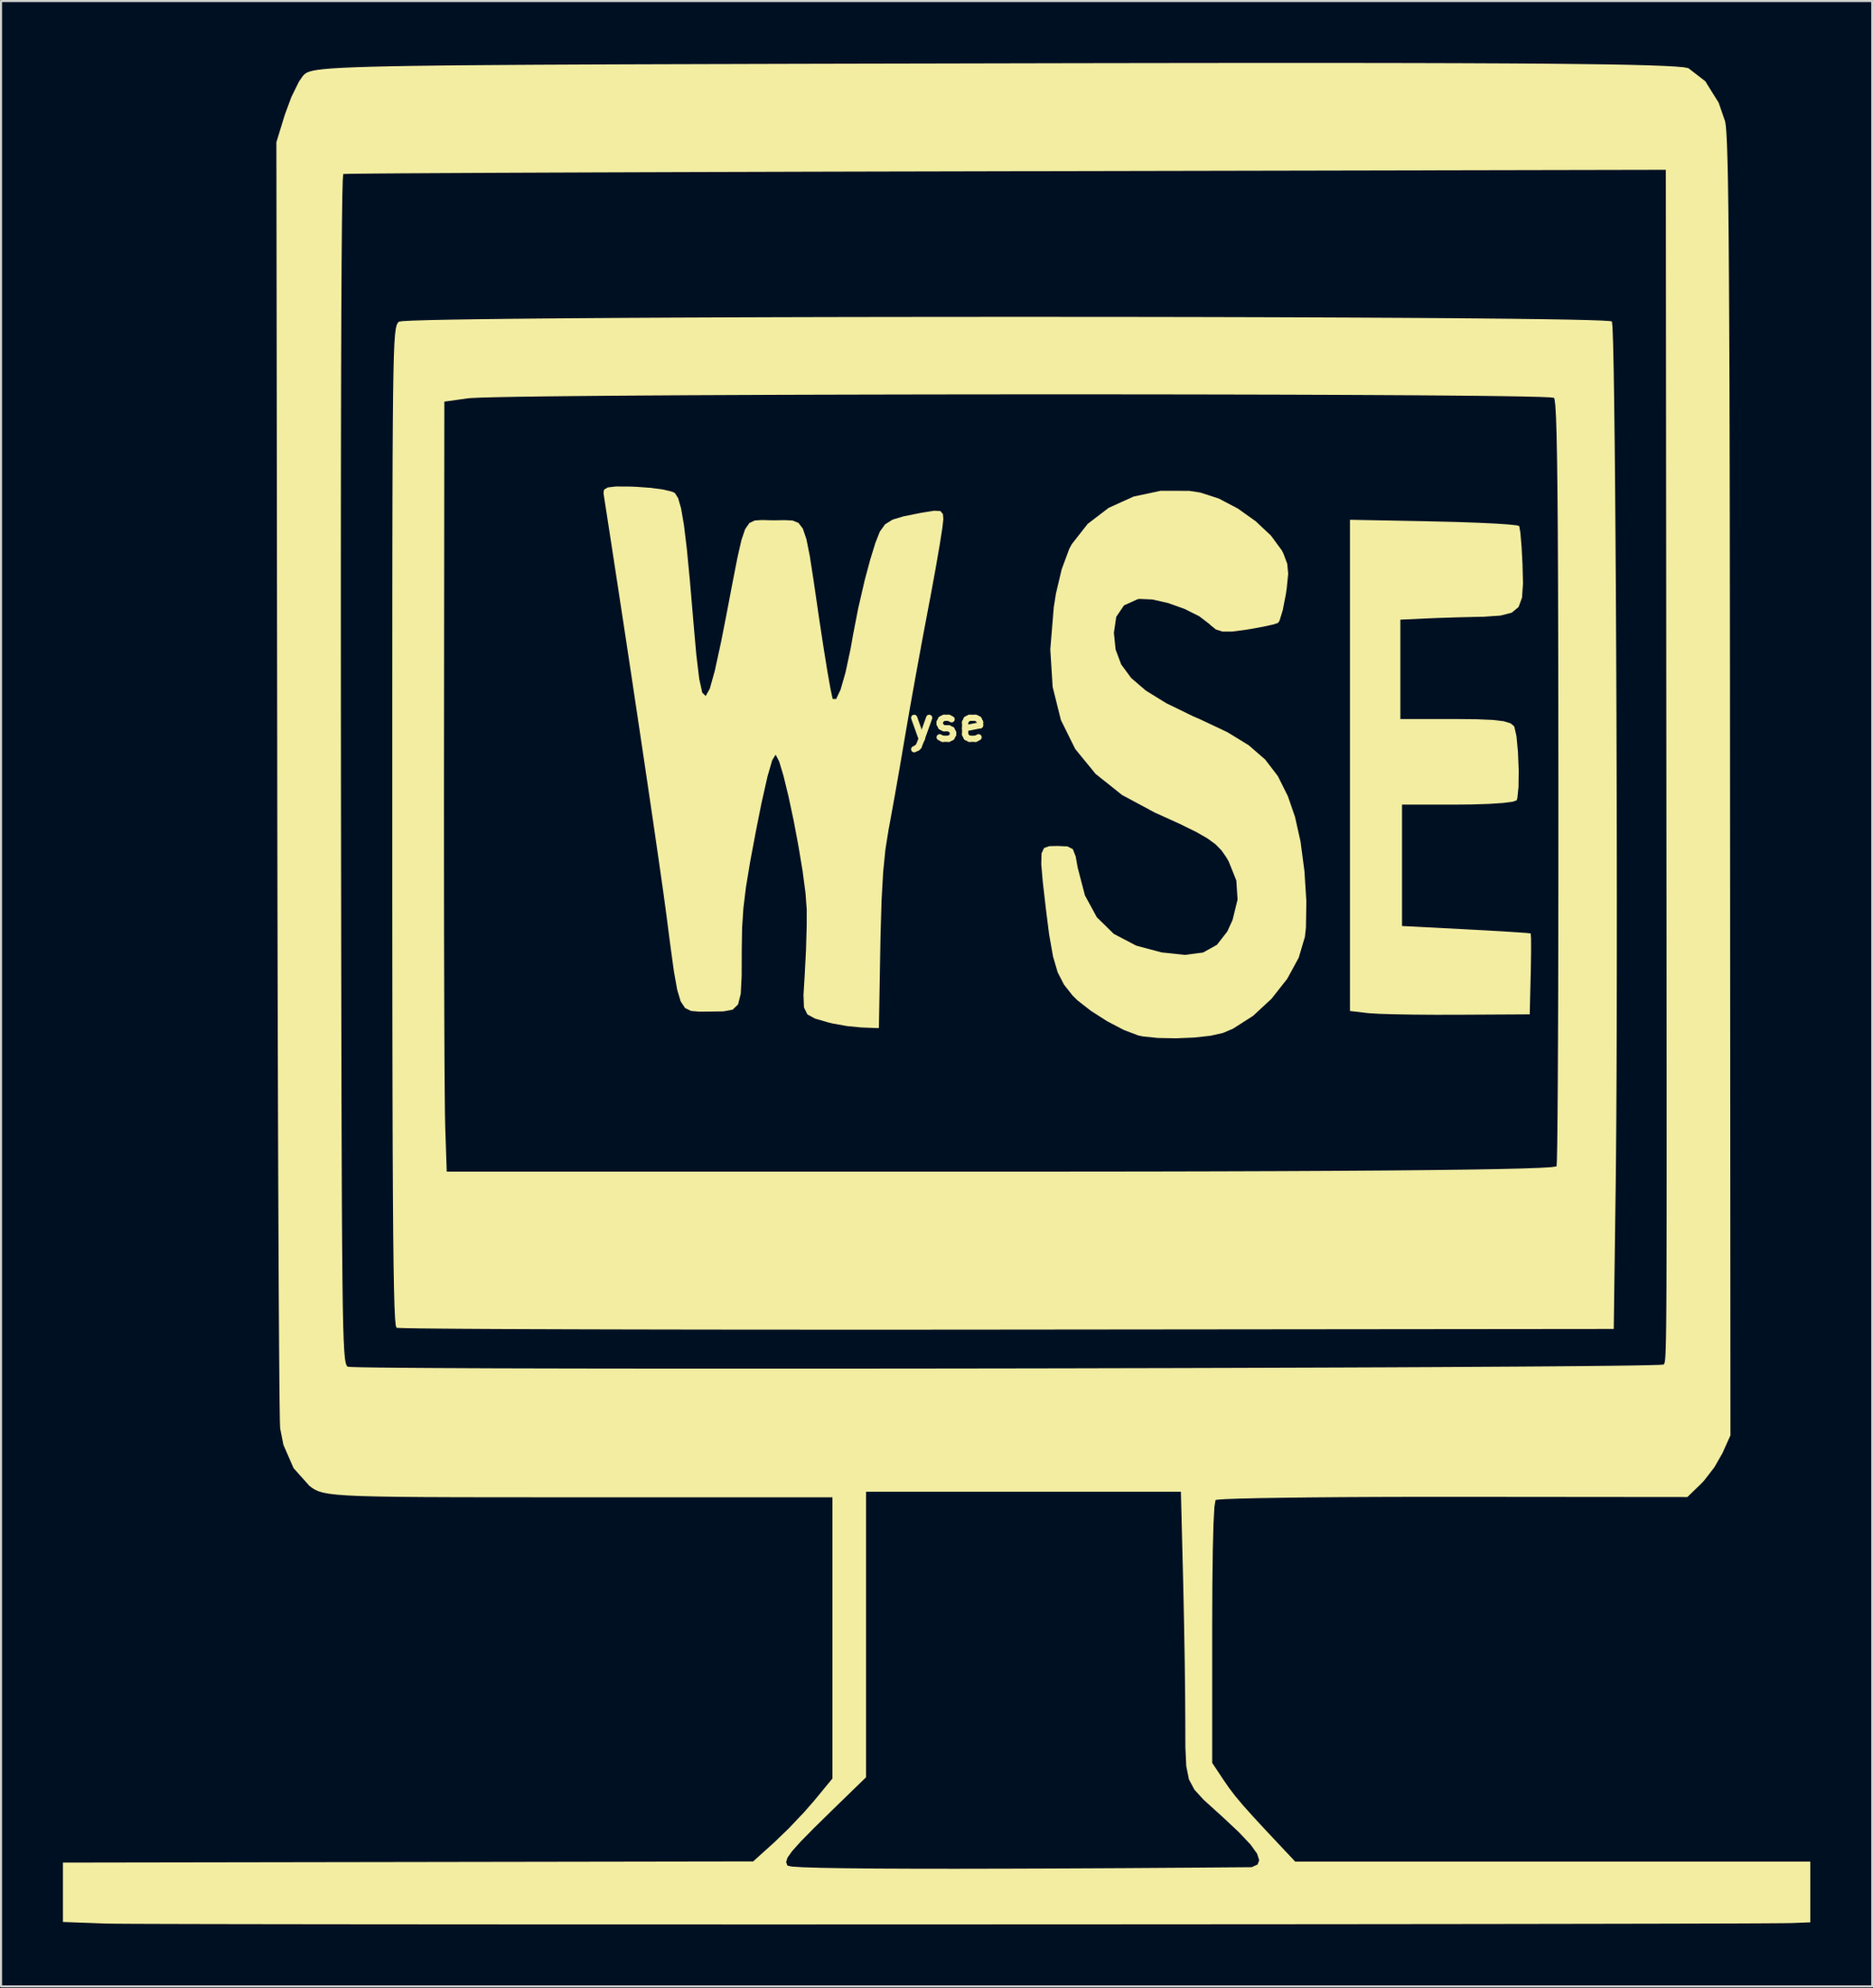
<source format=kicad_pcb>
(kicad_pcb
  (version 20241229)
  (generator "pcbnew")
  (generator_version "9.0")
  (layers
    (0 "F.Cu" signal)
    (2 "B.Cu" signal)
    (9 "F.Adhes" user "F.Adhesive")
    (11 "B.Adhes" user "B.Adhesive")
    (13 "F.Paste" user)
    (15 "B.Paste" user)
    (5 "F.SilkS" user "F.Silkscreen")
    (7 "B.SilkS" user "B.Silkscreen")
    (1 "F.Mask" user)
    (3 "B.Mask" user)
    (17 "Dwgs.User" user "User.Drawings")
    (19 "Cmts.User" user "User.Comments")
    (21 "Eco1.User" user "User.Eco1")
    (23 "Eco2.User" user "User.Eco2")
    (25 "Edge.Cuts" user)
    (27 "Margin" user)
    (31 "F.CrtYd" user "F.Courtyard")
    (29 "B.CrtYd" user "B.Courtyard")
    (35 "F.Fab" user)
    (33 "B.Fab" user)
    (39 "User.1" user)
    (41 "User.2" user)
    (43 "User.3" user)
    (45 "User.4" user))
  (footprint "Wyse"
    (layer "F.Cu")
    (at 42.008 32.046)
    (property "Reference" "Wyse" (at 0 0 0) (layer "F.SilkS") (effects (font (size 1.524 1.524) (thickness 0.3))))
    (attr board_only exclude_from_pos_files exclude_from_bom)
    (fp_poly (pts (xy 24.41 -9.839) (xy 25.526 -9.811) (xy 26.532 -9.776) (xy 27.383 -9.736) (xy 28.033 -9.692) (xy 28.438 -9.649) (xy 28.554 -9.615) (xy 28.61 -9.293) (xy 28.669 -8.596) (xy 28.712 -7.799) (xy 28.737 -6.834) (xy 28.69 -6.148) (xy 28.523 -5.693) (xy 28.192 -5.419) (xy 27.652 -5.279) (xy 26.857 -5.223) (xy 26.296 -5.21) (xy 25.493 -5.191) (xy 24.593 -5.161) (xy 23.975 -5.136) (xy 22.795 -5.08) (xy 22.795 -0.267) (xy 25.461 -0.267) (xy 26.513 -0.257) (xy 27.281 -0.223) (xy 27.807 -0.159) (xy 28.133 -0.061) (xy 28.301 0.078) (xy 28.316 0.104) (xy 28.42 0.558) (xy 28.493 1.324) (xy 28.529 2.21) (xy 28.52 3.025) (xy 28.462 3.575) (xy 28.427 3.674) (xy 28.231 3.741) (xy 27.765 3.799) (xy 27.087 3.844) (xy 26.254 3.871) (xy 25.59 3.877) (xy 22.876 3.877) (xy 22.876 9.759) (xy 25.97 9.919) (xy 26.937 9.971) (xy 27.786 10.02) (xy 28.465 10.064) (xy 28.923 10.097) (xy 29.11 10.119) (xy 29.111 10.12) (xy 29.128 10.385) (xy 29.129 11.049) (xy 29.114 11.973) (xy 29.111 12.098) (xy 29.063 14.037) (xy 25.563 14.057) (xy 24.467 14.058) (xy 23.428 14.05) (xy 22.508 14.034) (xy 21.771 14.012) (xy 21.281 13.983) (xy 21.207 13.976) (xy 20.353 13.875) (xy 20.353 -9.919)) (stroke (width 0) (type solid)) (fill yes) (layer "F.SilkS"))
    (fp_poly (pts (xy 12.564 -11.32) (xy 13.102 -11.237) (xy 13.996 -10.948) (xy 14.921 -10.462) (xy 15.794 -9.84) (xy 16.531 -9.145) (xy 17.05 -8.438) (xy 17.134 -8.27) (xy 17.313 -7.787) (xy 17.36 -7.302) (xy 17.289 -6.597) (xy 17.246 -6.309) (xy 17.098 -5.546) (xy 16.941 -5.032) (xy 16.87 -4.922) (xy 16.632 -4.845) (xy 16.159 -4.741) (xy 15.541 -4.629) (xy 15.342 -4.596) (xy 14.643 -4.504) (xy 14.178 -4.502) (xy 13.855 -4.605) (xy 13.586 -4.824) (xy 13.551 -4.862) (xy 13.053 -5.243) (xy 12.347 -5.597) (xy 11.551 -5.882) (xy 10.781 -6.058) (xy 10.156 -6.085) (xy 10.058 -6.068) (xy 9.404 -5.771) (xy 9.028 -5.216) (xy 8.914 -4.44) (xy 8.998 -3.631) (xy 9.268 -2.912) (xy 9.749 -2.257) (xy 10.468 -1.64) (xy 11.452 -1.034) (xy 12.727 -0.412) (xy 13.119 -0.241) (xy 14.421 0.374) (xy 15.447 1.003) (xy 16.244 1.695) (xy 16.86 2.498) (xy 17.342 3.464) (xy 17.69 4.47) (xy 17.958 5.667) (xy 18.147 7.099) (xy 18.24 8.557) (xy 18.22 9.832) (xy 18.171 10.279) (xy 17.87 11.295) (xy 17.309 12.322) (xy 16.55 13.285) (xy 15.655 14.113) (xy 14.686 14.732) (xy 14.198 14.939) (xy 13.603 15.074) (xy 12.801 15.162) (xy 11.909 15.199) (xy 11.044 15.182) (xy 10.323 15.108) (xy 10.095 15.06) (xy 9.402 14.797) (xy 8.597 14.377) (xy 7.805 13.872) (xy 7.148 13.359) (xy 6.911 13.125) (xy 6.494 12.594) (xy 6.191 12.004) (xy 5.964 11.232) (xy 5.775 10.155) (xy 5.619 8.925) (xy 5.469 7.623) (xy 5.394 6.758) (xy 5.409 6.24) (xy 5.53 5.981) (xy 5.775 5.892) (xy 6.159 5.882) (xy 6.181 5.882) (xy 6.664 5.902) (xy 6.924 6.035) (xy 7.063 6.391) (xy 7.162 6.939) (xy 7.511 8.274) (xy 8.086 9.333) (xy 8.907 10.138) (xy 9.992 10.708) (xy 11.222 11.037) (xy 12.356 11.158) (xy 13.237 11.042) (xy 13.908 10.669) (xy 14.413 10.019) (xy 14.664 9.465) (xy 14.907 8.479) (xy 14.847 7.557) (xy 14.475 6.626) (xy 14.358 6.425) (xy 14.127 6.095) (xy 13.838 5.8) (xy 13.439 5.51) (xy 12.882 5.192) (xy 12.115 4.817) (xy 11.09 4.351) (xy 10.909 4.271) (xy 9.315 3.416) (xy 8.026 2.389) (xy 7.039 1.182) (xy 6.347 -0.218) (xy 5.947 -1.822) (xy 5.833 -3.639) (xy 6.001 -5.681) (xy 6.106 -6.344) (xy 6.385 -7.522) (xy 6.752 -8.508) (xy 6.87 -8.733) (xy 7.646 -9.722) (xy 8.665 -10.499) (xy 9.866 -11.042) (xy 11.186 -11.324)) (stroke (width 0) (type solid)) (fill yes) (layer "F.SilkS"))
    (fp_poly (pts (xy -14.59 -11.529) (xy -14.25 -11.516) (xy -13.529 -11.465) (xy -12.912 -11.381) (xy -12.485 -11.277) (xy -12.354 -11.212) (xy -12.199 -10.963) (xy -12.057 -10.468) (xy -11.919 -9.668) (xy -11.778 -8.504) (xy -11.625 -6.918) (xy -11.469 -5.08) (xy -11.32 -3.392) (xy -11.178 -2.212) (xy -11.031 -1.542) (xy -10.864 -1.383) (xy -10.666 -1.737) (xy -10.423 -2.605) (xy -10.122 -3.989) (xy -9.87 -5.266) (xy -9.558 -6.903) (xy -9.323 -8.104) (xy -9.132 -8.936) (xy -8.953 -9.465) (xy -8.75 -9.759) (xy -8.491 -9.884) (xy -8.142 -9.907) (xy -7.671 -9.894) (xy -7.547 -9.893) (xy -7.032 -9.901) (xy -6.649 -9.882) (xy -6.367 -9.767) (xy -6.156 -9.488) (xy -5.984 -8.978) (xy -5.822 -8.169) (xy -5.639 -6.994) (xy -5.404 -5.384) (xy -5.352 -5.03) (xy -5.151 -3.711) (xy -4.968 -2.579) (xy -4.819 -1.736) (xy -4.723 -1.283) (xy -4.708 -1.241) (xy -4.544 -1.237) (xy -4.331 -1.685) (xy -4.091 -2.517) (xy -3.845 -3.663) (xy -3.729 -4.318) (xy -3.479 -5.612) (xy -3.157 -7.004) (xy -2.882 -8.021) (xy -2.64 -8.806) (xy -2.427 -9.345) (xy -2.173 -9.698) (xy -1.811 -9.925) (xy -1.273 -10.087) (xy -0.491 -10.242) (xy -0.331 -10.271) (xy 0.213 -10.357) (xy 0.509 -10.34) (xy 0.63 -10.196) (xy 0.651 -9.955) (xy 0.604 -9.53) (xy 0.474 -8.702) (xy 0.279 -7.576) (xy 0.038 -6.259) (xy -0.063 -5.73) (xy -0.369 -4.105) (xy -0.686 -2.379) (xy -0.978 -0.749) (xy -1.208 0.585) (xy -1.222 0.668) (xy -1.455 2.036) (xy -1.701 3.438) (xy -1.92 4.65) (xy -2.001 5.08) (xy -2.155 6.043) (xy -2.266 7.151) (xy -2.343 8.524) (xy -2.394 10.283) (xy -2.403 10.762) (xy -2.472 14.705) (xy -3.312 14.674) (xy -4.006 14.607) (xy -4.731 14.477) (xy -4.942 14.425) (xy -5.57 14.242) (xy -5.937 14.041) (xy -6.103 13.701) (xy -6.126 13.099) (xy -6.066 12.114) (xy -6.066 12.107) (xy -6.004 10.919) (xy -5.97 9.712) (xy -5.969 8.957) (xy -6.029 8.154) (xy -6.169 7.097) (xy -6.368 5.894) (xy -6.602 4.653) (xy -6.852 3.482) (xy -7.093 2.49) (xy -7.305 1.785) (xy -7.466 1.476) (xy -7.484 1.471) (xy -7.642 1.729) (xy -7.867 2.504) (xy -8.159 3.8) (xy -8.416 5.08) (xy -8.714 6.667) (xy -8.916 7.897) (xy -9.039 8.911) (xy -9.1 9.852) (xy -9.117 10.865) (xy -9.117 10.873) (xy -9.122 12.181) (xy -9.166 13.045) (xy -9.296 13.558) (xy -9.559 13.811) (xy -10.002 13.895) (xy -10.662 13.903) (xy -11.188 13.907) (xy -11.578 13.873) (xy -11.864 13.731) (xy -12.076 13.413) (xy -12.245 12.849) (xy -12.402 11.97) (xy -12.576 10.706) (xy -12.786 9.091) (xy -12.926 8.067) (xy -13.135 6.603) (xy -13.4 4.776) (xy -13.712 2.662) (xy -14.057 0.341) (xy -14.425 -2.112) (xy -14.804 -4.619) (xy -15.183 -7.102) (xy -15.549 -9.484) (xy -15.816 -11.206) (xy -15.789 -11.379) (xy -15.61 -11.484) (xy -15.227 -11.53)) (stroke (width 0) (type solid)) (fill yes) (layer "F.SilkS"))
    (fp_poly (pts (xy 8.169 -19.746) (xy 10.806 -19.743) (xy 13.39 -19.738) (xy 15.901 -19.731) (xy 18.318 -19.722) (xy 20.621 -19.712) (xy 22.792 -19.7) (xy 24.809 -19.687) (xy 26.653 -19.671) (xy 28.303 -19.654) (xy 29.741 -19.635) (xy 30.946 -19.615) (xy 31.897 -19.592) (xy 32.576 -19.568) (xy 32.962 -19.542) (xy 33.046 -19.525) (xy 33.075 -19.235) (xy 33.103 -18.459) (xy 33.13 -17.244) (xy 33.155 -15.638) (xy 33.179 -13.688) (xy 33.201 -11.443) (xy 33.22 -8.95) (xy 33.238 -6.258) (xy 33.253 -3.414) (xy 33.265 -0.465) (xy 33.274 2.539) (xy 33.281 5.552) (xy 33.284 8.525) (xy 33.283 11.41) (xy 33.279 14.16) (xy 33.271 16.727) (xy 33.259 19.063) (xy 33.242 21.121) (xy 33.227 22.459) (xy 33.134 29.277) (xy 3.745 29.308) (xy 0.674 29.311) (xy -2.311 29.312) (xy -5.192 29.312) (xy -7.954 29.31) (xy -10.58 29.308) (xy -13.055 29.304) (xy -15.361 29.299) (xy -17.482 29.293) (xy -19.401 29.286) (xy -21.103 29.279) (xy -22.572 29.27) (xy -23.79 29.26) (xy -24.741 29.25) (xy -25.409 29.238) (xy -25.777 29.226) (xy -25.848 29.219) (xy -25.884 29.096) (xy -25.916 28.754) (xy -25.944 28.166) (xy -25.968 27.305) (xy -25.989 26.142) (xy -26.006 24.652) (xy -26.02 22.805) (xy -26.031 20.575) (xy -26.039 17.935) (xy -26.045 14.856) (xy -26.049 11.312) (xy -26.051 7.276) (xy -26.051 4.933) (xy -26.051 3.792) (xy -23.546 3.792) (xy -23.545 6.679) (xy -23.543 9.409) (xy -23.537 11.928) (xy -23.53 14.182) (xy -23.522 16.116) (xy -23.511 17.677) (xy -23.499 18.81) (xy -23.486 19.451) (xy -23.412 21.657) (xy 3.427 21.657) (xy 7.237 21.655) (xy 10.772 21.651) (xy 14.029 21.643) (xy 17.003 21.632) (xy 19.69 21.618) (xy 22.087 21.601) (xy 24.187 21.581) (xy 25.989 21.558) (xy 27.486 21.533) (xy 28.676 21.504) (xy 29.553 21.473) (xy 30.114 21.439) (xy 30.355 21.402) (xy 30.364 21.395) (xy 30.38 21.09) (xy 30.396 20.294) (xy 30.41 19.052) (xy 30.422 17.406) (xy 30.432 15.402) (xy 30.441 13.084) (xy 30.447 10.495) (xy 30.451 7.679) (xy 30.452 4.68) (xy 30.452 2.758) (xy 30.448 -1.002) (xy 30.442 -4.258) (xy 30.434 -7.039) (xy 30.422 -9.376) (xy 30.407 -11.299) (xy 30.387 -12.837) (xy 30.364 -14.022) (xy 30.337 -14.884) (xy 30.304 -15.452) (xy 30.266 -15.756) (xy 30.241 -15.825) (xy 30.059 -15.848) (xy 29.572 -15.869) (xy 28.802 -15.889) (xy 27.769 -15.907) (xy 26.495 -15.923) (xy 25.001 -15.937) (xy 23.307 -15.95) (xy 21.434 -15.961) (xy 19.405 -15.971) (xy 17.239 -15.979) (xy 14.959 -15.985) (xy 12.584 -15.99) (xy 10.136 -15.993) (xy 7.635 -15.995) (xy 5.104 -15.995) (xy 2.563 -15.993) (xy 0.033 -15.99) (xy -2.464 -15.985) (xy -4.909 -15.979) (xy -7.279 -15.972) (xy -9.554 -15.962) (xy -11.713 -15.952) (xy -13.734 -15.939) (xy -15.597 -15.926) (xy -17.28 -15.91) (xy -18.763 -15.894) (xy -20.024 -15.876) (xy -21.043 -15.856) (xy -21.798 -15.835) (xy -22.268 -15.813) (xy -22.388 -15.801) (xy -23.528 -15.641) (xy -23.544 0.802) (xy -23.546 3.792) (xy -26.051 3.792) (xy -26.051 0.792) (xy -26.05 -2.848) (xy -26.049 -6.018) (xy -26.046 -8.753) (xy -26.041 -11.084) (xy -26.034 -13.045) (xy -26.024 -14.668) (xy -26.011 -15.986) (xy -25.994 -17.033) (xy -25.974 -17.84) (xy -25.949 -18.441) (xy -25.919 -18.869) (xy -25.884 -19.156) (xy -25.843 -19.336) (xy -25.795 -19.441) (xy -25.742 -19.503) (xy -25.729 -19.515) (xy -25.537 -19.542) (xy -25.041 -19.568) (xy -24.259 -19.592) (xy -23.211 -19.614) (xy -21.918 -19.634) (xy -20.399 -19.653) (xy -18.675 -19.67) (xy -16.765 -19.685) (xy -14.688 -19.699) (xy -12.466 -19.711) (xy -10.118 -19.721) (xy -7.664 -19.73) (xy -5.124 -19.737) (xy -2.518 -19.742) (xy 0.134 -19.745) (xy 2.813 -19.747) (xy 5.497 -19.747)) (stroke (width 0) (type solid)) (fill yes) (layer "F.SilkS"))
    (fp_poly (pts (xy 20.641 -32.045) (xy 23.284 -32.041) (xy 25.659 -32.034) (xy 27.774 -32.024) (xy 29.64 -32.012) (xy 31.266 -31.996) (xy 32.662 -31.978) (xy 33.836 -31.957) (xy 34.8 -31.932) (xy 35.561 -31.904) (xy 36.13 -31.873) (xy 36.516 -31.839) (xy 36.729 -31.801) (xy 36.755 -31.791) (xy 37.572 -31.159) (xy 38.219 -30.118) (xy 38.529 -29.221) (xy 38.564 -29.008) (xy 38.595 -28.632) (xy 38.622 -28.068) (xy 38.647 -27.289) (xy 38.669 -26.267) (xy 38.688 -24.977) (xy 38.704 -23.392) (xy 38.718 -21.485) (xy 38.73 -19.229) (xy 38.741 -16.597) (xy 38.749 -13.564) (xy 38.756 -10.102) (xy 38.761 -6.185) (xy 38.766 -1.786) (xy 38.769 3.033) (xy 38.789 34.429) (xy 38.404 35.288) (xy 38.01 35.977) (xy 37.503 36.634) (xy 37.359 36.783) (xy 36.7 37.42) (xy 25.352 37.409) (xy 23.457 37.41) (xy 21.656 37.415) (xy 19.977 37.424) (xy 18.445 37.437) (xy 17.088 37.454) (xy 15.931 37.473) (xy 15.003 37.495) (xy 14.328 37.519) (xy 13.934 37.546) (xy 13.84 37.565) (xy 13.785 37.886) (xy 13.741 38.704) (xy 13.707 39.98) (xy 13.685 41.677) (xy 13.677 43.755) (xy 13.677 44.013) (xy 13.677 50.295) (xy 14.206 51.091) (xy 14.493 51.507) (xy 14.802 51.912) (xy 15.191 52.374) (xy 15.718 52.96) (xy 16.439 53.737) (xy 16.787 54.107) (xy 17.7 55.078) (xy 42.659 55.078) (xy 42.659 58.019) (xy 41.804 58.053) (xy 41.5 58.059) (xy 40.887 58.064) (xy 39.984 58.07) (xy 38.807 58.075) (xy 37.374 58.079) (xy 35.702 58.084) (xy 33.809 58.088) (xy 31.711 58.092) (xy 29.427 58.096) (xy 26.974 58.1) (xy 24.368 58.103) (xy 21.628 58.106) (xy 18.771 58.109) (xy 15.813 58.111) (xy 12.774 58.113) (xy 9.669 58.115) (xy 6.516 58.117) (xy 3.333 58.118) (xy 0.137 58.119) (xy -3.055 58.12) (xy -6.225 58.121) (xy -9.356 58.121) (xy -12.43 58.12) (xy -15.431 58.12) (xy -18.341 58.119) (xy -21.142 58.118) (xy -23.817 58.116) (xy -26.349 58.114) (xy -28.72 58.112) (xy -30.914 58.109) (xy -32.912 58.106) (xy -34.697 58.103) (xy -36.252 58.099) (xy -37.56 58.095) (xy -38.603 58.091) (xy -39.364 58.086) (xy -39.825 58.08) (xy -39.932 58.078) (xy -42.008 58.003) (xy -42.008 55.126) (xy -24.575 55.096) (xy -6.967 55.096) (xy -6.915 55.248) (xy -6.89 55.278) (xy -6.688 55.318) (xy -6.164 55.351) (xy -5.317 55.378) (xy -4.151 55.398) (xy -2.667 55.413) (xy -0.868 55.421) (xy 1.245 55.424) (xy 3.669 55.419) (xy 6.403 55.409) (xy 9.445 55.393) (xy 12.792 55.37) (xy 15.59 55.348) (xy 15.875 55.22) (xy 15.955 55.011) (xy 15.854 54.694) (xy 15.536 54.253) (xy 14.975 53.658) (xy 14.147 52.882) (xy 13.921 52.679) (xy 13.255 52.075) (xy 12.814 51.591) (xy 12.552 51.097) (xy 12.422 50.46) (xy 12.378 49.547) (xy 12.374 48.285) (xy 12.366 47.007) (xy 12.346 45.381) (xy 12.315 43.592) (xy 12.278 41.828) (xy 12.267 41.375) (xy 12.161 37.164) (xy -3.094 37.164) (xy -3.094 50.992) (xy -4.763 52.614) (xy -5.64 53.475) (xy -6.267 54.113) (xy -6.676 54.569) (xy -6.898 54.883) (xy -6.967 55.096) (xy -24.575 55.096) (xy -8.564 55.068) (xy -7.527 54.132) (xy -6.833 53.462) (xy -6.097 52.686) (xy -5.606 52.124) (xy -4.722 51.051) (xy -4.722 37.432) (xy -17.045 37.432) (xy -19.34 37.431) (xy -21.333 37.43) (xy -23.046 37.426) (xy -24.502 37.42) (xy -25.724 37.409) (xy -26.734 37.393) (xy -27.556 37.371) (xy -28.212 37.342) (xy -28.725 37.304) (xy -29.119 37.258) (xy -29.416 37.202) (xy -29.638 37.135) (xy -29.809 37.056) (xy -29.952 36.964) (xy -30.069 36.874) (xy -30.834 36.018) (xy -31.325 34.893) (xy -31.484 34.089) (xy -31.497 33.721) (xy -31.51 32.853) (xy -31.524 31.519) (xy -31.537 29.754) (xy -31.551 27.592) (xy -31.563 25.069) (xy -31.576 22.218) (xy -31.587 19.074) (xy -31.597 15.672) (xy -31.607 12.046) (xy -31.615 8.231) (xy -31.622 4.261) (xy -31.624 2.54) (xy -31.636 -6.393) (xy -28.542 -6.393) (xy -28.541 -1.922) (xy -28.537 2.939) (xy -28.53 7.801) (xy -28.524 11.86) (xy -28.517 15.417) (xy -28.51 18.506) (xy -28.501 21.159) (xy -28.492 23.411) (xy -28.48 25.293) (xy -28.466 26.84) (xy -28.45 28.084) (xy -28.43 29.058) (xy -28.406 29.796) (xy -28.378 30.331) (xy -28.346 30.696) (xy -28.308 30.924) (xy -28.265 31.048) (xy -28.216 31.102) (xy -28.209 31.106) (xy -28.015 31.121) (xy -27.515 31.135) (xy -26.73 31.147) (xy -25.678 31.158) (xy -24.378 31.168) (xy -22.849 31.176) (xy -21.11 31.184) (xy -19.18 31.189) (xy -17.078 31.194) (xy -14.824 31.197) (xy -12.436 31.199) (xy -9.934 31.2) (xy -7.336 31.2) (xy -4.661 31.199) (xy -1.929 31.197) (xy 0.841 31.194) (xy 3.631 31.19) (xy 6.421 31.185) (xy 9.192 31.178) (xy 11.926 31.172) (xy 14.602 31.164) (xy 17.203 31.155) (xy 19.709 31.146) (xy 22.1 31.136) (xy 24.359 31.125) (xy 26.466 31.113) (xy 28.401 31.101) (xy 30.146 31.088) (xy 31.682 31.075) (xy 32.99 31.061) (xy 34.05 31.046) (xy 34.844 31.031) (xy 35.352 31.016) (xy 35.556 31) (xy 35.559 30.998) (xy 35.583 30.955) (xy 35.604 30.887) (xy 35.622 30.766) (xy 35.638 30.56) (xy 35.652 30.241) (xy 35.664 29.779) (xy 35.674 29.143) (xy 35.682 28.305) (xy 35.688 27.234) (xy 35.692 25.901) (xy 35.695 24.276) (xy 35.697 22.329) (xy 35.697 20.03) (xy 35.696 17.351) (xy 35.694 14.26) (xy 35.692 10.728) (xy 35.688 6.725) (xy 35.684 2.223) (xy 35.683 1.471) (xy 35.658 -26.871) (xy 3.635 -26.802) (xy 0.431 -26.794) (xy -2.686 -26.787) (xy -5.7 -26.779) (xy -8.595 -26.77) (xy -11.356 -26.762) (xy -13.967 -26.753) (xy -16.413 -26.744) (xy -18.678 -26.735) (xy -20.746 -26.726) (xy -22.602 -26.717) (xy -24.231 -26.708) (xy -25.616 -26.7) (xy -26.742 -26.691) (xy -27.594 -26.683) (xy -28.156 -26.676) (xy -28.413 -26.668) (xy -28.428 -26.666) (xy -28.451 -26.361) (xy -28.472 -25.535) (xy -28.49 -24.203) (xy -28.506 -22.38) (xy -28.519 -20.08) (xy -28.529 -17.316) (xy -28.536 -14.104) (xy -28.541 -10.459) (xy -28.542 -6.393) (xy -31.636 -6.393) (xy -31.666 -28.207) (xy -31.26 -29.53) (xy -30.941 -30.396) (xy -30.578 -31.132) (xy -30.395 -31.402) (xy -30.339 -31.466) (xy -30.274 -31.525) (xy -30.186 -31.579) (xy -30.063 -31.628) (xy -29.891 -31.673) (xy -29.656 -31.714) (xy -29.345 -31.751) (xy -28.945 -31.784) (xy -28.442 -31.814) (xy -27.823 -31.84) (xy -27.074 -31.864) (xy -26.183 -31.885) (xy -25.135 -31.904) (xy -23.918 -31.92) (xy -22.517 -31.935) (xy -20.92 -31.947) (xy -19.113 -31.959) (xy -17.083 -31.969) (xy -14.816 -31.979) (xy -12.3 -31.987) (xy -9.519 -31.995) (xy -6.462 -32.004) (xy -3.115 -32.012) (xy 0.536 -32.02) (xy 3.065 -32.026) (xy 7.193 -32.035) (xy 11.006 -32.041) (xy 14.511 -32.045) (xy 17.72 -32.046)) (stroke (width 0) (type solid)) (fill yes) (layer "F.SilkS")))
  (gr_rect
    (start -3 -3)
    (end 87.667 93.167)
    (stroke (width 0.1) (type default))
    (fill no)
    (layer "Edge.Cuts")))
</source>
